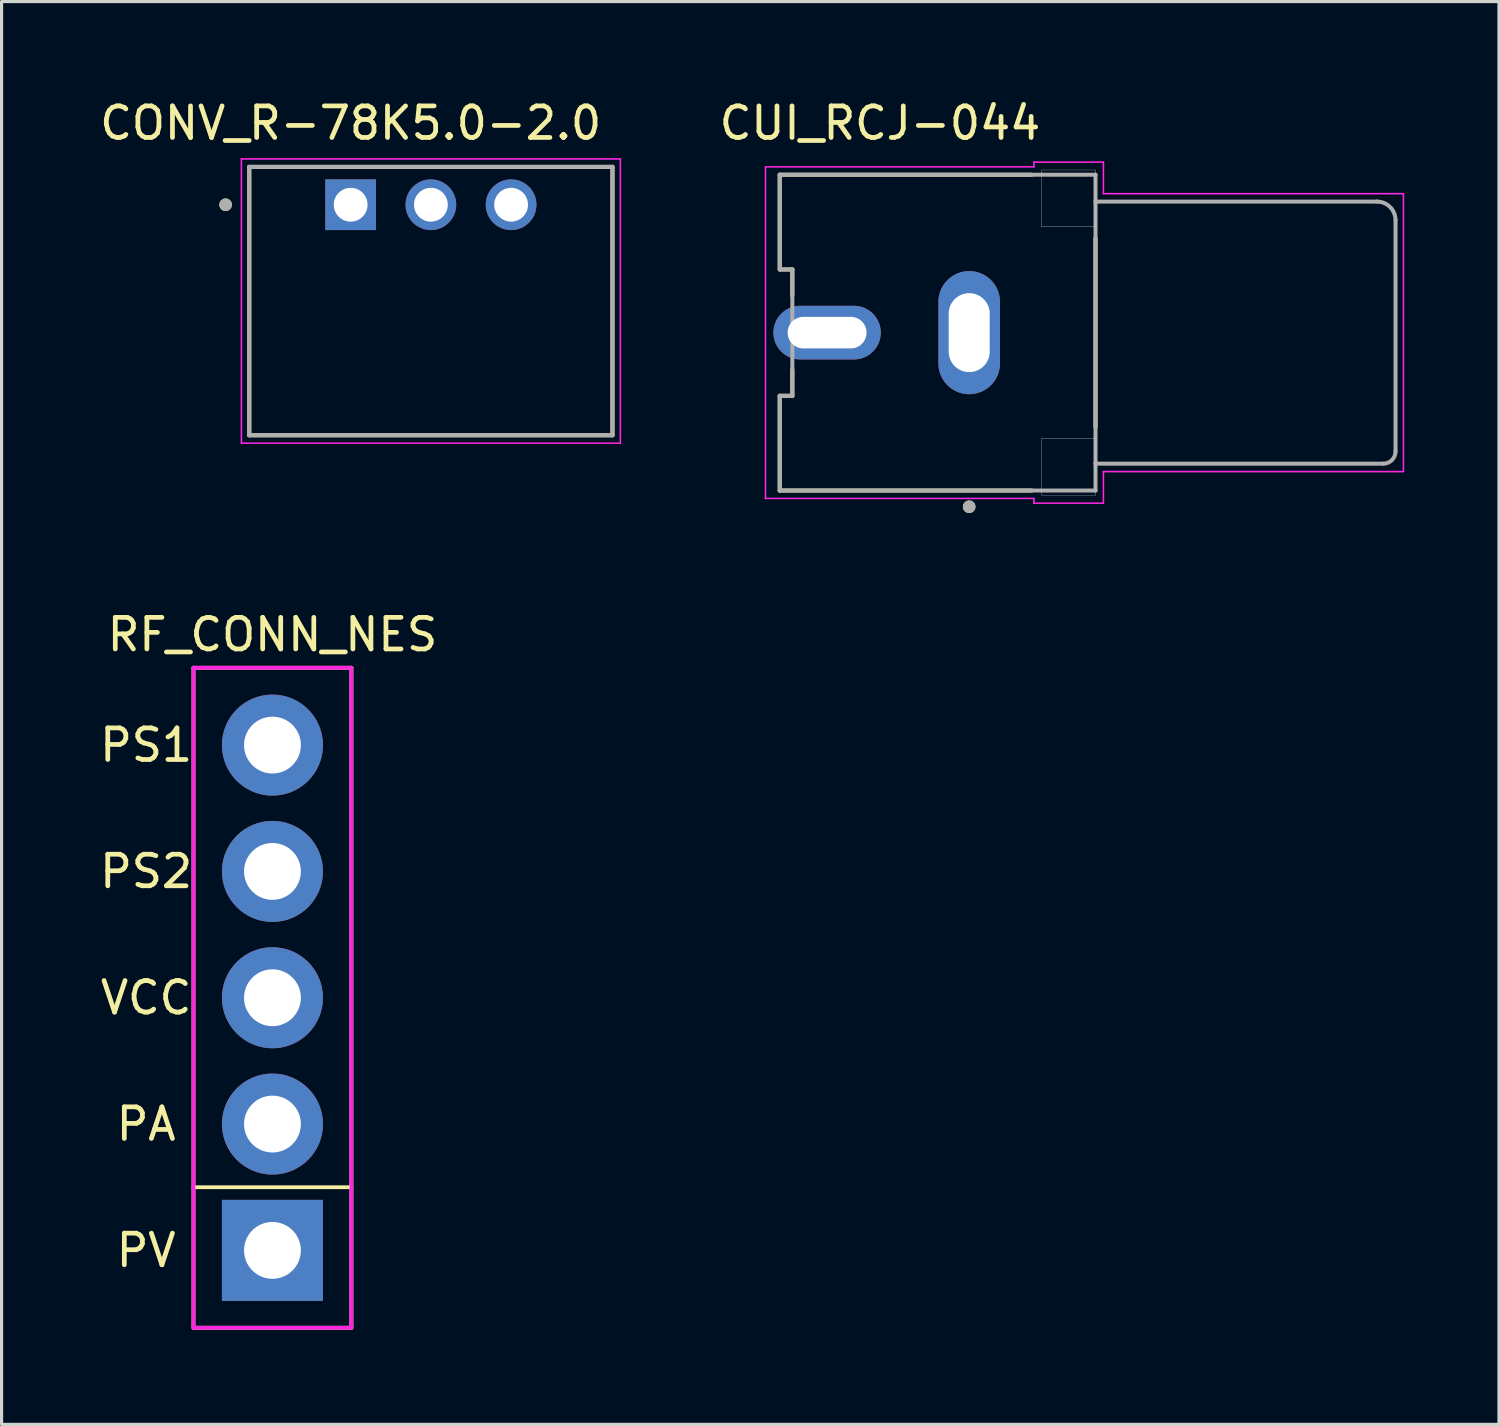
<source format=kicad_pcb>
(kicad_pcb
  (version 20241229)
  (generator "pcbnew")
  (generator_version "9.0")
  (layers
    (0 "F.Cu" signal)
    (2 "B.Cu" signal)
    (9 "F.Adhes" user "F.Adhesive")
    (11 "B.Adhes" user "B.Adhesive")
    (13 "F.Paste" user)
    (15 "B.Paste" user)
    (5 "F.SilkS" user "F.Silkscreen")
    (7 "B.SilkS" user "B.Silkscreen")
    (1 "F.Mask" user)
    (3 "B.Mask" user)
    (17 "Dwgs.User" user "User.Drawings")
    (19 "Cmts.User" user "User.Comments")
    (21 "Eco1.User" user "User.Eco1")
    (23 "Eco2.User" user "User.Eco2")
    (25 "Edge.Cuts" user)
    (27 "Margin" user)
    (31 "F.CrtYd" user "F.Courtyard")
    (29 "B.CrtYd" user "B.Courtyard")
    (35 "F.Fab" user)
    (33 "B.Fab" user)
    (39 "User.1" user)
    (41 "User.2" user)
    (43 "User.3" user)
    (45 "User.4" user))
  (footprint "CUI_RCJ-044"
    (layer "F.Cu")
    (at 27.64 7.483)
    (property "Reference" "CUI_RCJ-044" (at -2.825 -6.635 0) (layer "F.SilkS") (effects (font (size 1 1) (thickness 0.15))))
    (attr through_hole)
    (fp_line (start -6 -5) (end 1.98 -5) (stroke (width 0.127) (type solid)) (layer "F.SilkS"))
    (fp_line (start -6 -2) (end -6 -5) (stroke (width 0.127) (type solid)) (layer "F.SilkS"))
    (fp_line (start -6 2) (end -5.6 2) (stroke (width 0.127) (type solid)) (layer "F.SilkS"))
    (fp_line (start -6 5) (end -6 2) (stroke (width 0.127) (type solid)) (layer "F.SilkS"))
    (fp_line (start -6 5) (end 1.98 5) (stroke (width 0.127) (type solid)) (layer "F.SilkS"))
    (fp_line (start -5.6 -2) (end -6 -2) (stroke (width 0.127) (type solid)) (layer "F.SilkS"))
    (fp_line (start -5.6 -1.17) (end -5.6 -2) (stroke (width 0.127) (type solid)) (layer "F.SilkS"))
    (fp_line (start -5.6 2) (end -5.6 1.17) (stroke (width 0.127) (type solid)) (layer "F.SilkS"))
    (fp_line (start 4 3) (end 4 -3) (stroke (width 0.127) (type solid)) (layer "F.SilkS"))
    (fp_circle (center 0 5.513) (end 0.1 5.513) (stroke (width 0.2) (type solid)) (fill no) (layer "F.SilkS"))
    (fp_line (start 2.3 -5.15) (end 2.3 -3.35) (stroke (width 0.01) (type solid)) (layer "Edge.Cuts"))
    (fp_line (start 2.3 -3.35) (end 4 -3.35) (stroke (width 0.01) (type solid)) (layer "Edge.Cuts"))
    (fp_line (start 2.3 3.35) (end 2.3 5.15) (stroke (width 0.01) (type solid)) (layer "Edge.Cuts"))
    (fp_line (start 2.3 5.15) (end 4 5.15) (stroke (width 0.01) (type solid)) (layer "Edge.Cuts"))
    (fp_line (start 4 -5.15) (end 2.3 -5.15) (stroke (width 0.01) (type solid)) (layer "Edge.Cuts"))
    (fp_line (start 4 -3.35) (end 4 -5.15) (stroke (width 0.01) (type solid)) (layer "Edge.Cuts"))
    (fp_line (start 4 3.35) (end 2.3 3.35) (stroke (width 0.01) (type solid)) (layer "Edge.Cuts"))
    (fp_line (start 4 5.15) (end 4 3.35) (stroke (width 0.01) (type solid)) (layer "Edge.Cuts"))
    (fp_line (start -6.45 -5.25) (end -6.45 5.25) (stroke (width 0.05) (type solid)) (layer "F.CrtYd"))
    (fp_line (start -6.45 5.25) (end 2.05 5.25) (stroke (width 0.05) (type solid)) (layer "F.CrtYd"))
    (fp_line (start 2.05 -5.4) (end 2.05 -5.25) (stroke (width 0.05) (type solid)) (layer "F.CrtYd"))
    (fp_line (start 2.05 -5.25) (end -6.45 -5.25) (stroke (width 0.05) (type solid)) (layer "F.CrtYd"))
    (fp_line (start 2.05 5.25) (end 2.05 5.4) (stroke (width 0.05) (type solid)) (layer "F.CrtYd"))
    (fp_line (start 2.05 5.4) (end 4.25 5.4) (stroke (width 0.05) (type solid)) (layer "F.CrtYd"))
    (fp_line (start 4.25 -5.4) (end 2.05 -5.4) (stroke (width 0.05) (type solid)) (layer "F.CrtYd"))
    (fp_line (start 4.25 -4.4) (end 4.25 -5.4) (stroke (width 0.05) (type solid)) (layer "F.CrtYd"))
    (fp_line (start 4.25 4.4) (end 13.75 4.4) (stroke (width 0.05) (type solid)) (layer "F.CrtYd"))
    (fp_line (start 4.25 5.4) (end 4.25 4.4) (stroke (width 0.05) (type solid)) (layer "F.CrtYd"))
    (fp_line (start 13.75 -4.4) (end 4.25 -4.4) (stroke (width 0.05) (type solid)) (layer "F.CrtYd"))
    (fp_line (start 13.75 4.4) (end 13.75 -4.4) (stroke (width 0.05) (type solid)) (layer "F.CrtYd"))
    (fp_line (start -6 -5) (end 4 -5) (stroke (width 0.127) (type solid)) (layer "F.Fab"))
    (fp_line (start -6 -2) (end -6 -5) (stroke (width 0.127) (type solid)) (layer "F.Fab"))
    (fp_line (start -6 2) (end -5.6 2) (stroke (width 0.127) (type solid)) (layer "F.Fab"))
    (fp_line (start -6 5) (end -6 2) (stroke (width 0.127) (type solid)) (layer "F.Fab"))
    (fp_line (start -5.6 -2) (end -6 -2) (stroke (width 0.127) (type solid)) (layer "F.Fab"))
    (fp_line (start -5.6 2) (end -5.6 -2) (stroke (width 0.127) (type solid)) (layer "F.Fab"))
    (fp_line (start 4 -5) (end 4 -4.15) (stroke (width 0.127) (type solid)) (layer "F.Fab"))
    (fp_line (start 4 -4.15) (end 4 4.15) (stroke (width 0.127) (type solid)) (layer "F.Fab"))
    (fp_line (start 4 -4.15) (end 12.91 -4.15) (stroke (width 0.127) (type solid)) (layer "F.Fab"))
    (fp_line (start 4 4.15) (end 4 5) (stroke (width 0.127) (type solid)) (layer "F.Fab"))
    (fp_line (start 4 5) (end -6 5) (stroke (width 0.127) (type solid)) (layer "F.Fab"))
    (fp_line (start 13.11 4.15) (end 4 4.15) (stroke (width 0.127) (type solid)) (layer "F.Fab"))
    (fp_line (start 13.5 -3.56) (end 13.5 3.76) (stroke (width 0.127) (type solid)) (layer "F.Fab"))
    (fp_arc (start 12.91 -4.15) (mid 13.327193 -3.977193) (end 13.5 -3.56) (stroke (width 0.127) (type solid)) (layer "F.Fab"))
    (fp_arc (start 13.5 3.76) (mid 13.385772 4.035772) (end 13.11 4.15) (stroke (width 0.127) (type solid)) (layer "F.Fab"))
    (fp_circle (center 0 5.513) (end 0.1 5.513) (stroke (width 0.2) (type solid)) (fill no) (layer "F.Fab"))
    (pad "1" thru_hole oval (at 0 0) (size 1.95 3.9) (drill oval 1.3 2.5) (layers "*.Cu" "*.Mask"))
    (pad "2" thru_hole oval (at -4.5 0) (size 3.4 1.7) (drill oval 2.5 1) (layers "*.Cu" "*.Mask")))
  (footprint "CONV_R-78K5.0-2.0"
    (layer "F.Cu")
    (at 10.594 6.483)
    (property "Reference" "CONV_R-78K5.0-2.0" (at -2.54 -5.635 0) (layer "F.SilkS") (effects (font (size 1 1) (thickness 0.15))))
    (attr through_hole)
    (fp_line (start -5.75 -4.25) (end 5.75 -4.25) (stroke (width 0.127) (type solid)) (layer "F.SilkS"))
    (fp_line (start -5.75 4.25) (end -5.75 -4.25) (stroke (width 0.127) (type solid)) (layer "F.SilkS"))
    (fp_line (start 5.75 -4.25) (end 5.75 4.25) (stroke (width 0.127) (type solid)) (layer "F.SilkS"))
    (fp_line (start 5.75 4.25) (end -5.75 4.25) (stroke (width 0.127) (type solid)) (layer "F.SilkS"))
    (fp_circle (center -6.5 -3.05) (end -6.4 -3.05) (stroke (width 0.2) (type solid)) (fill no) (layer "F.SilkS"))
    (fp_line (start -6 -4.5) (end -6 4.5) (stroke (width 0.05) (type solid)) (layer "F.CrtYd"))
    (fp_line (start -6 4.5) (end 6 4.5) (stroke (width 0.05) (type solid)) (layer "F.CrtYd"))
    (fp_line (start 6 -4.5) (end -6 -4.5) (stroke (width 0.05) (type solid)) (layer "F.CrtYd"))
    (fp_line (start 6 4.5) (end 6 -4.5) (stroke (width 0.05) (type solid)) (layer "F.CrtYd"))
    (fp_line (start -5.75 -4.25) (end 5.75 -4.25) (stroke (width 0.127) (type solid)) (layer "F.Fab"))
    (fp_line (start -5.75 4.25) (end -5.75 -4.25) (stroke (width 0.127) (type solid)) (layer "F.Fab"))
    (fp_line (start 5.75 -4.25) (end 5.75 4.25) (stroke (width 0.127) (type solid)) (layer "F.Fab"))
    (fp_line (start 5.75 4.25) (end -5.75 4.25) (stroke (width 0.127) (type solid)) (layer "F.Fab"))
    (fp_circle (center -6.5 -3.05) (end -6.4 -3.05) (stroke (width 0.2) (type solid)) (fill no) (layer "F.Fab"))
    (pad "1" thru_hole rect (at -2.54 -3.05) (size 1.605 1.605) (drill 1.07) (layers "*.Cu" "*.Mask"))
    (pad "2" thru_hole circle (at 0 -3.05) (size 1.605 1.605) (drill 1.07) (layers "*.Cu" "*.Mask"))
    (pad "3" thru_hole circle (at 2.54 -3.05) (size 1.605 1.605) (drill 1.07) (layers "*.Cu" "*.Mask")))
  (footprint "RF_CONN_NES"
    (layer "F.Cu")
    (at 5.577 28.544)
    (property "Reference" "RF_CONN_NES" (at 0 -11.5 0) (layer "F.SilkS") (effects (font (size 1 1) (thickness 0.15))))
    (attr through_hole)
    (fp_line (start -2.5 -10.45) (end -2.5 10.45) (stroke (width 0.12) (type solid)) (layer "F.SilkS"))
    (fp_line (start -2.5 -10.45) (end 2.5 -10.45) (stroke (width 0.12) (type solid)) (layer "F.SilkS"))
    (fp_line (start -2.5 6) (end 2.5 6) (stroke (width 0.12) (type solid)) (layer "F.SilkS"))
    (fp_line (start -2.5 10.45) (end 2.5 10.45) (stroke (width 0.12) (type solid)) (layer "F.SilkS"))
    (fp_line (start 2.5 10.45) (end 2.5 -10.45) (stroke (width 0.12) (type solid)) (layer "F.SilkS"))
    (fp_line (start -2.5 -10.45) (end -2.5 10.45) (stroke (width 0.12) (type solid)) (layer "F.CrtYd"))
    (fp_line (start -2.5 -10.45) (end 2.5 -10.45) (stroke (width 0.12) (type solid)) (layer "F.CrtYd"))
    (fp_line (start -2.5 10.45) (end 2.5 10.45) (stroke (width 0.12) (type solid)) (layer "F.CrtYd"))
    (fp_line (start 2.5 10.45) (end 2.5 -10.45) (stroke (width 0.12) (type solid)) (layer "F.CrtYd"))
    (fp_text user "VCC" (at -4 0 0) (layer "F.SilkS") (effects (font (size 1 1) (thickness 0.15))))
    (fp_text user "PS2" (at -4 -4 0) (layer "F.SilkS") (effects (font (size 1 1) (thickness 0.15))))
    (fp_text user "PS1" (at -4 -8 0) (layer "F.SilkS") (effects (font (size 1 1) (thickness 0.15))))
    (fp_text user "PV" (at -4 8 0) (layer "F.SilkS") (effects (font (size 1 1) (thickness 0.15))))
    (fp_text user "PA" (at -4 4 0) (layer "F.SilkS") (effects (font (size 1 1) (thickness 0.15))))
    (pad "1" thru_hole rect (at 0 8 90) (size 3.2 3.2) (drill 1.8) (layers "*.Cu" "*.Mask"))
    (pad "2" thru_hole circle (at 0 4 90) (size 3.2 3.2) (drill 1.8) (layers "*.Cu" "*.Mask"))
    (pad "3" thru_hole circle (at 0 0 90) (size 3.2 3.2) (drill 1.8) (layers "*.Cu" "*.Mask"))
    (pad "4" thru_hole circle (at 0 -4 90) (size 3.2 3.2) (drill 1.8) (layers "*.Cu" "*.Mask"))
    (pad "5" thru_hole circle (at 0 -8 90) (size 3.2 3.2) (drill 1.8) (layers "*.Cu" "*.Mask")))
  (gr_rect
    (start -3 -3)
    (end 44.415 42.054)
    (stroke (width 0.1) (type default))
    (fill no)
    (layer "Edge.Cuts")))
</source>
